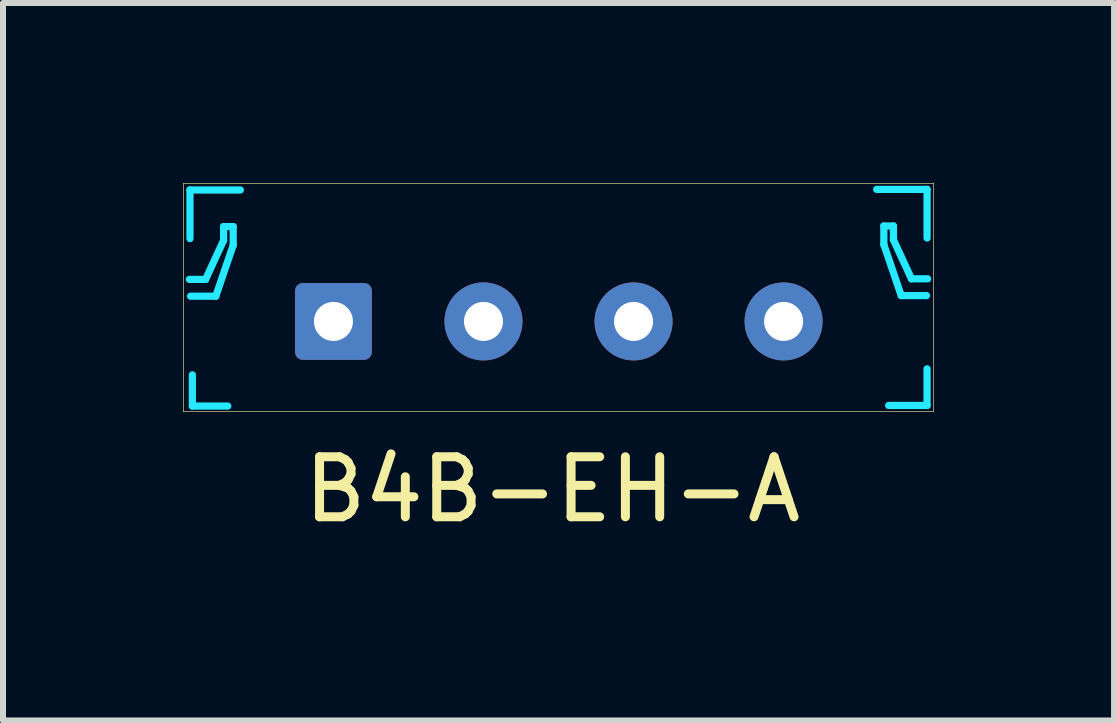
<source format=kicad_pcb>
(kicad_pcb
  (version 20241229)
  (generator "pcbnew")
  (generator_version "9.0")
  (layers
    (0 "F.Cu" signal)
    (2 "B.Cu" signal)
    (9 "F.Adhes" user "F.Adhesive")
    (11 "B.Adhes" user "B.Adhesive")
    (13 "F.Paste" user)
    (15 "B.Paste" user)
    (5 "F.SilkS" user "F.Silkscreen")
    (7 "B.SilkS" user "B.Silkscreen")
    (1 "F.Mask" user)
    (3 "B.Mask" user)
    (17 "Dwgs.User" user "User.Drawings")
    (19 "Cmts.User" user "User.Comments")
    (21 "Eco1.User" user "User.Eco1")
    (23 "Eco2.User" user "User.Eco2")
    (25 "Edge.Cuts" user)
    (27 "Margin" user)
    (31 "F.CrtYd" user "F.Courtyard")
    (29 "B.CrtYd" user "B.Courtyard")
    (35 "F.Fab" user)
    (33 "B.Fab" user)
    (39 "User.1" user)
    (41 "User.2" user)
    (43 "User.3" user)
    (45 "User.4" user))
  (footprint "B4B-EH-A"
    (layer "F.Cu")
    (at 6.255 1.905)
    (property "Reference" "B4B-EH-A" (at -0.1 3.2 0) (layer "F.SilkS") (effects (font (size 1 1) (thickness 0.15))))
    (attr through_hole)
    (fp_line (start -6.25 1.9) (end -6.25 -1.9) (stroke (width 0.01) (type solid)) (layer "F.SilkS"))
    (fp_line (start -6.25 1.9) (end 6.25 1.9) (stroke (width 0.01) (type solid)) (layer "F.SilkS"))
    (fp_line (start 6.25 -1.9) (end -6.25 -1.9) (stroke (width 0.01) (type solid)) (layer "F.SilkS"))
    (fp_line (start 6.25 -1.9) (end 6.25 1.9) (stroke (width 0.01) (type solid)) (layer "F.SilkS"))
    (fp_line (start -6.15 -0.3) (end -5.88 -0.3) (stroke (width 0.12) (type solid)) (layer "B.CrtYd"))
    (fp_line (start -6.14 -1.79) (end -6.14 -0.98) (stroke (width 0.12) (type solid)) (layer "B.CrtYd"))
    (fp_line (start -6.1 1.29) (end -6.1 1.81) (stroke (width 0.12) (type solid)) (layer "B.CrtYd"))
    (fp_line (start -6.1 1.81) (end -5.51 1.81) (stroke (width 0.12) (type solid)) (layer "B.CrtYd"))
    (fp_line (start -5.88 -0.3) (end -5.58 -0.95) (stroke (width 0.12) (type solid)) (layer "B.CrtYd"))
    (fp_line (start -5.71 -0.02) (end -6.13 -0.02) (stroke (width 0.12) (type solid)) (layer "B.CrtYd"))
    (fp_line (start -5.58 -1.18) (end -5.42 -1.18) (stroke (width 0.12) (type solid)) (layer "B.CrtYd"))
    (fp_line (start -5.58 -0.95) (end -5.58 -1.18) (stroke (width 0.12) (type solid)) (layer "B.CrtYd"))
    (fp_line (start -5.42 -1.18) (end -5.42 -0.87) (stroke (width 0.12) (type solid)) (layer "B.CrtYd"))
    (fp_line (start -5.42 -0.87) (end -5.71 -0.02) (stroke (width 0.12) (type solid)) (layer "B.CrtYd"))
    (fp_line (start -5.3 -1.79) (end -6.14 -1.79) (stroke (width 0.12) (type solid)) (layer "B.CrtYd"))
    (fp_line (start 5.3 -1.8) (end 6.14 -1.8) (stroke (width 0.12) (type solid)) (layer "B.CrtYd"))
    (fp_line (start 5.42 -1.19) (end 5.42 -0.88) (stroke (width 0.12) (type solid)) (layer "B.CrtYd"))
    (fp_line (start 5.42 -0.88) (end 5.71 -0.03) (stroke (width 0.12) (type solid)) (layer "B.CrtYd"))
    (fp_line (start 5.5 1.8) (end 6.14 1.8) (stroke (width 0.12) (type solid)) (layer "B.CrtYd"))
    (fp_line (start 5.58 -1.19) (end 5.42 -1.19) (stroke (width 0.12) (type solid)) (layer "B.CrtYd"))
    (fp_line (start 5.58 -0.96) (end 5.58 -1.19) (stroke (width 0.12) (type solid)) (layer "B.CrtYd"))
    (fp_line (start 5.71 -0.03) (end 6.13 -0.03) (stroke (width 0.12) (type solid)) (layer "B.CrtYd"))
    (fp_line (start 5.88 -0.31) (end 5.58 -0.96) (stroke (width 0.12) (type solid)) (layer "B.CrtYd"))
    (fp_line (start 6.14 -1.8) (end 6.14 -0.99) (stroke (width 0.12) (type solid)) (layer "B.CrtYd"))
    (fp_line (start 6.14 1.8) (end 6.14 1.19) (stroke (width 0.12) (type solid)) (layer "B.CrtYd"))
    (fp_line (start 6.15 -0.31) (end 5.88 -0.31) (stroke (width 0.12) (type solid)) (layer "B.CrtYd"))
    (pad "1" thru_hole roundrect (at -3.75 0.4) (size 1.28 1.28) (drill 0.65) (layers "*.Cu" "*.Mask") (roundrect_rratio 0.1))
    (pad "2" thru_hole circle (at -1.25 0.4) (size 1.3 1.3) (drill 0.65) (layers "*.Cu" "*.Mask"))
    (pad "3" thru_hole circle (at 1.25 0.4) (size 1.3 1.3) (drill 0.65) (layers "*.Cu" "*.Mask"))
    (pad "4" thru_hole circle (at 3.75 0.4) (size 1.3 1.3) (drill 0.65) (layers "*.Cu" "*.Mask")))
  (gr_rect
    (start -3 -3)
    (end 15.51 8.953)
    (stroke (width 0.1) (type default))
    (fill no)
    (layer "Edge.Cuts")))
</source>
